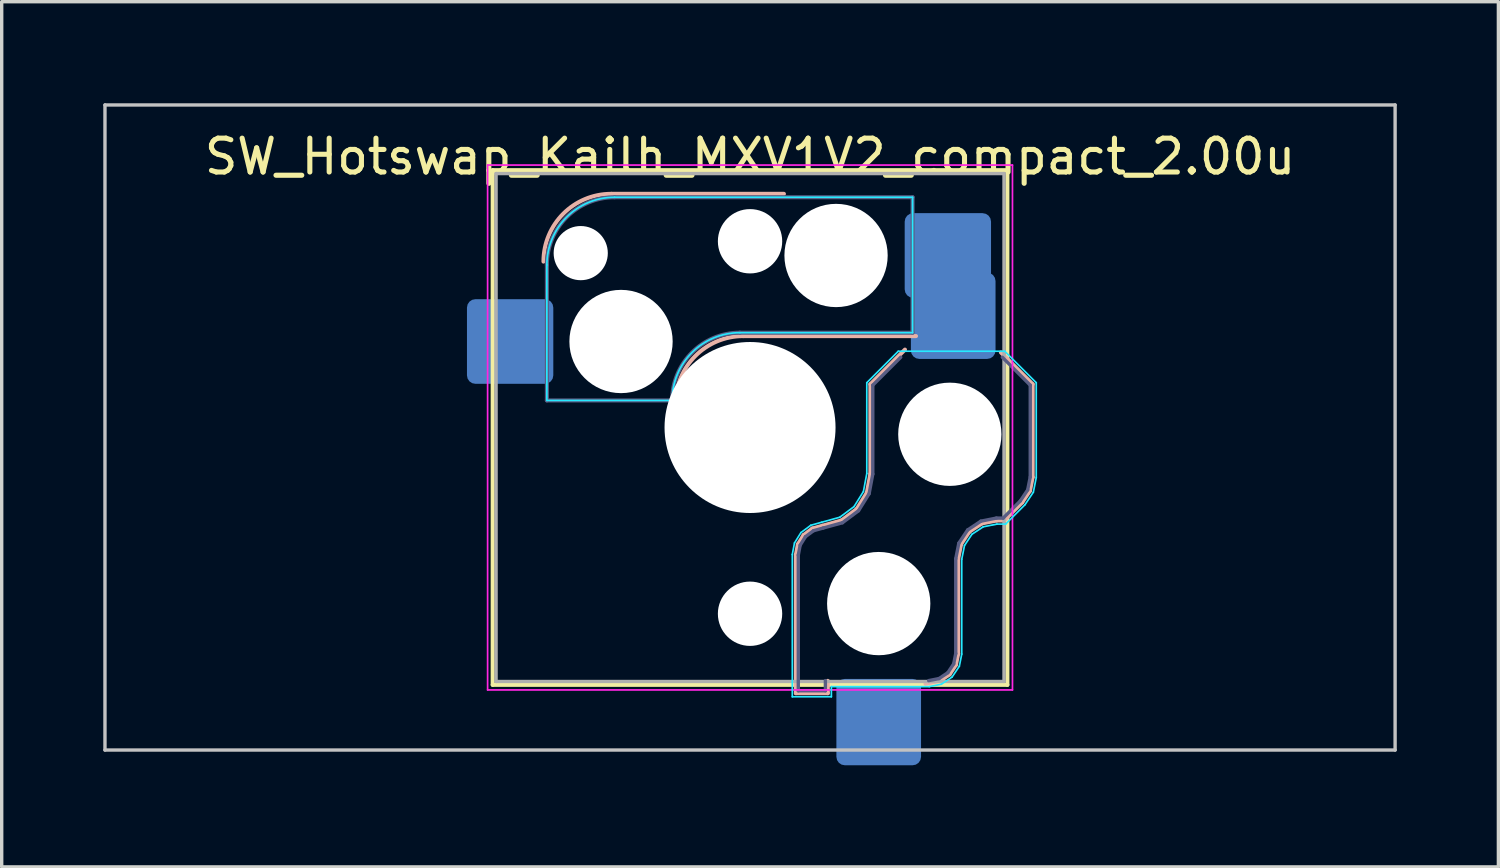
<source format=kicad_pcb>
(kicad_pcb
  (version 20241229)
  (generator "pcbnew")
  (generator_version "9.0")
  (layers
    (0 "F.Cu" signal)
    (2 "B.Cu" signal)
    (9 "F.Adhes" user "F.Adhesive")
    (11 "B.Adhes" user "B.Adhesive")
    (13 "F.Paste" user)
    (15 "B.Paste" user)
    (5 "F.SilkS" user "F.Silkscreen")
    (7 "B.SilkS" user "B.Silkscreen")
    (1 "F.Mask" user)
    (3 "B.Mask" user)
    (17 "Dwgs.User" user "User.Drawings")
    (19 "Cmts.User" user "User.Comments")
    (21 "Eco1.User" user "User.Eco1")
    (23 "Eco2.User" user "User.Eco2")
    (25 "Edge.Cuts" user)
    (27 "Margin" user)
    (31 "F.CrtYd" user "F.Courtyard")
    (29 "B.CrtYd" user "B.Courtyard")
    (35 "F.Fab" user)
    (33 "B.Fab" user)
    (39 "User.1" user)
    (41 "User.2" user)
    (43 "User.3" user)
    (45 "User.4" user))
  (footprint "SW_Hotswap_Kailh_MXV1V2_compact_2.00u"
    (layer "F.Cu")
    (at 19.1 9.575)
    (property "Reference" "SW_Hotswap_Kailh_MXV1V2_compact_2.00u" (at 0 -8 0) (layer "F.SilkS") (effects (font (size 1 1) (thickness 0.15))))
    (attr smd)
    (fp_line (start -7.6 -7.6) (end -7.6 7.6) (stroke (width 0.12) (type solid)) (layer "F.SilkS"))
    (fp_line (start -7.6 7.6) (end 7.6 7.6) (stroke (width 0.12) (type solid)) (layer "F.SilkS"))
    (fp_line (start 7.6 -7.6) (end -7.6 -7.6) (stroke (width 0.12) (type solid)) (layer "F.SilkS"))
    (fp_line (start 7.6 7.6) (end 7.6 -7.6) (stroke (width 0.12) (type solid)) (layer "F.SilkS"))
    (fp_line (start -4.1 -6.9) (end 1 -6.9) (stroke (width 0.12) (type solid)) (layer "B.SilkS"))
    (fp_line (start -0.2 -2.7) (end 4.9 -2.7) (stroke (width 0.12) (type solid)) (layer "B.SilkS"))
    (fp_line (start 1.354 3.76) (end 1.413 3.45) (stroke (width 0.12) (type solid)) (layer "B.SilkS"))
    (fp_line (start 1.354 7.846) (end 1.354 3.76) (stroke (width 0.12) (type solid)) (layer "B.SilkS"))
    (fp_line (start 1.413 3.45) (end 1.583 3.176) (stroke (width 0.12) (type solid)) (layer "B.SilkS"))
    (fp_line (start 1.583 3.176) (end 1.841 2.983) (stroke (width 0.12) (type solid)) (layer "B.SilkS"))
    (fp_line (start 1.841 2.983) (end 2.139 2.901) (stroke (width 0.12) (type solid)) (layer "B.SilkS"))
    (fp_line (start 2.139 2.901) (end 2.697 2.747) (stroke (width 0.12) (type solid)) (layer "B.SilkS"))
    (fp_line (start 2.296 7.483) (end 2.296 7.846) (stroke (width 0.12) (type solid)) (layer "B.SilkS"))
    (fp_line (start 2.296 7.846) (end 1.354 7.846) (stroke (width 0.12) (type solid)) (layer "B.SilkS"))
    (fp_line (start 2.697 2.747) (end 3.15 2.409) (stroke (width 0.12) (type solid)) (layer "B.SilkS"))
    (fp_line (start 3.15 2.409) (end 3.449 1.93) (stroke (width 0.12) (type solid)) (layer "B.SilkS"))
    (fp_line (start 3.449 1.93) (end 3.554 1.368) (stroke (width 0.12) (type solid)) (layer "B.SilkS"))
    (fp_line (start 3.554 -1.279) (end 4.575 -2.3) (stroke (width 0.12) (type solid)) (layer "B.SilkS"))
    (fp_line (start 3.554 1.368) (end 3.554 -1.279) (stroke (width 0.12) (type solid)) (layer "B.SilkS"))
    (fp_line (start 5.609 7.481) (end 5.182 7.566) (stroke (width 0.12) (type solid)) (layer "B.SilkS"))
    (fp_line (start 5.892 7.292) (end 5.609 7.481) (stroke (width 0.12) (type solid)) (layer "B.SilkS"))
    (fp_line (start 6.081 7.009) (end 5.892 7.292) (stroke (width 0.12) (type solid)) (layer "B.SilkS"))
    (fp_line (start 6.146 3.882) (end 6.146 6.682) (stroke (width 0.12) (type solid)) (layer "B.SilkS"))
    (fp_line (start 6.146 6.682) (end 6.081 7.009) (stroke (width 0.12) (type solid)) (layer "B.SilkS"))
    (fp_line (start 6.233 3.444) (end 6.146 3.882) (stroke (width 0.12) (type solid)) (layer "B.SilkS"))
    (fp_line (start 6.477 3.077) (end 6.233 3.444) (stroke (width 0.12) (type solid)) (layer "B.SilkS"))
    (fp_line (start 6.844 2.833) (end 6.477 3.077) (stroke (width 0.12) (type solid)) (layer "B.SilkS"))
    (fp_line (start 7.282 2.746) (end 6.844 2.833) (stroke (width 0.12) (type solid)) (layer "B.SilkS"))
    (fp_line (start 7.409 -2.216) (end 8.346 -1.279) (stroke (width 0.12) (type solid)) (layer "B.SilkS"))
    (fp_line (start 7.504 2.746) (end 7.282 2.746) (stroke (width 0.12) (type solid)) (layer "B.SilkS"))
    (fp_line (start 8.037 2.213) (end 7.504 2.746) (stroke (width 0.12) (type solid)) (layer "B.SilkS"))
    (fp_line (start 8.266 1.871) (end 8.037 2.213) (stroke (width 0.12) (type solid)) (layer "B.SilkS"))
    (fp_line (start 8.346 -1.279) (end 8.346 1.468) (stroke (width 0.12) (type solid)) (layer "B.SilkS"))
    (fp_line (start 8.346 1.468) (end 8.266 1.871) (stroke (width 0.12) (type solid)) (layer "B.SilkS"))
    (fp_arc (start -6.1 -4.9) (mid -5.514214 -6.314214) (end -4.1 -6.9) (stroke (width 0.12) (type solid)) (layer "B.SilkS"))
    (fp_arc (start -2.2 -0.7) (mid -1.614214 -2.114214) (end -0.2 -2.7) (stroke (width 0.12) (type solid)) (layer "B.SilkS"))
    (fp_line (start -19.05 -9.525) (end -19.05 9.525) (stroke (width 0.1) (type solid)) (layer "Dwgs.User"))
    (fp_line (start -19.05 9.525) (end 19.05 9.525) (stroke (width 0.1) (type solid)) (layer "Dwgs.User"))
    (fp_line (start 19.05 -9.525) (end -19.05 -9.525) (stroke (width 0.1) (type solid)) (layer "Dwgs.User"))
    (fp_line (start 19.05 9.525) (end 19.05 -9.525) (stroke (width 0.1) (type solid)) (layer "Dwgs.User"))
    (fp_line (start -6 -0.8) (end -6 -4.8) (stroke (width 0.05) (type solid)) (layer "B.CrtYd"))
    (fp_line (start -6 -0.8) (end -2.3 -0.8) (stroke (width 0.05) (type solid)) (layer "B.CrtYd"))
    (fp_line (start -4 -6.8) (end 4.8 -6.8) (stroke (width 0.05) (type solid)) (layer "B.CrtYd"))
    (fp_line (start -0.3 -2.8) (end 4.8 -2.8) (stroke (width 0.05) (type solid)) (layer "B.CrtYd"))
    (fp_line (start 1.248 3.75) (end 1.312 3.411) (stroke (width 0.05) (type solid)) (layer "B.CrtYd"))
    (fp_line (start 1.248 7.952) (end 1.248 3.75) (stroke (width 0.05) (type solid)) (layer "B.CrtYd"))
    (fp_line (start 1.312 3.411) (end 1.503 3.103) (stroke (width 0.05) (type solid)) (layer "B.CrtYd"))
    (fp_line (start 1.503 3.103) (end 1.794 2.887) (stroke (width 0.05) (type solid)) (layer "B.CrtYd"))
    (fp_line (start 1.794 2.887) (end 2.111 2.799) (stroke (width 0.05) (type solid)) (layer "B.CrtYd"))
    (fp_line (start 2.111 2.799) (end 2.65 2.65) (stroke (width 0.05) (type solid)) (layer "B.CrtYd"))
    (fp_line (start 2.402 7.652) (end 2.402 7.952) (stroke (width 0.05) (type solid)) (layer "B.CrtYd"))
    (fp_line (start 2.402 7.952) (end 1.248 7.952) (stroke (width 0.05) (type solid)) (layer "B.CrtYd"))
    (fp_line (start 2.65 2.65) (end 3.071 2.336) (stroke (width 0.05) (type solid)) (layer "B.CrtYd"))
    (fp_line (start 3.071 2.336) (end 3.348 1.891) (stroke (width 0.05) (type solid)) (layer "B.CrtYd"))
    (fp_line (start 3.348 1.891) (end 3.448 1.359) (stroke (width 0.05) (type solid)) (layer "B.CrtYd"))
    (fp_line (start 3.448 -1.323) (end 4.377 -2.252) (stroke (width 0.05) (type solid)) (layer "B.CrtYd"))
    (fp_line (start 3.448 1.359) (end 3.448 -1.323) (stroke (width 0.05) (type solid)) (layer "B.CrtYd"))
    (fp_line (start 4.377 -2.252) (end 7.523 -2.252) (stroke (width 0.05) (type solid)) (layer "B.CrtYd"))
    (fp_line (start 4.8 -6.8) (end 4.8 -2.8) (stroke (width 0.05) (type solid)) (layer "B.CrtYd"))
    (fp_line (start 5.292 7.652) (end 2.402 7.652) (stroke (width 0.05) (type solid)) (layer "B.CrtYd"))
    (fp_line (start 5.65 7.581) (end 5.292 7.652) (stroke (width 0.05) (type solid)) (layer "B.CrtYd"))
    (fp_line (start 5.968 7.368) (end 5.65 7.581) (stroke (width 0.05) (type solid)) (layer "B.CrtYd"))
    (fp_line (start 6.181 7.05) (end 5.968 7.368) (stroke (width 0.05) (type solid)) (layer "B.CrtYd"))
    (fp_line (start 6.252 3.892) (end 6.252 6.692) (stroke (width 0.05) (type solid)) (layer "B.CrtYd"))
    (fp_line (start 6.252 6.692) (end 6.181 7.05) (stroke (width 0.05) (type solid)) (layer "B.CrtYd"))
    (fp_line (start 6.333 3.485) (end 6.252 3.892) (stroke (width 0.05) (type solid)) (layer "B.CrtYd"))
    (fp_line (start 6.553 3.153) (end 6.333 3.485) (stroke (width 0.05) (type solid)) (layer "B.CrtYd"))
    (fp_line (start 6.885 2.933) (end 6.553 3.153) (stroke (width 0.05) (type solid)) (layer "B.CrtYd"))
    (fp_line (start 7.292 2.852) (end 6.885 2.933) (stroke (width 0.05) (type solid)) (layer "B.CrtYd"))
    (fp_line (start 7.523 -2.252) (end 8.452 -1.323) (stroke (width 0.05) (type solid)) (layer "B.CrtYd"))
    (fp_line (start 7.548 2.852) (end 7.292 2.852) (stroke (width 0.05) (type solid)) (layer "B.CrtYd"))
    (fp_line (start 8.119 2.281) (end 7.548 2.852) (stroke (width 0.05) (type solid)) (layer "B.CrtYd"))
    (fp_line (start 8.366 1.912) (end 8.119 2.281) (stroke (width 0.05) (type solid)) (layer "B.CrtYd"))
    (fp_line (start 8.452 -1.323) (end 8.452 1.478) (stroke (width 0.05) (type solid)) (layer "B.CrtYd"))
    (fp_line (start 8.452 1.478) (end 8.366 1.912) (stroke (width 0.05) (type solid)) (layer "B.CrtYd"))
    (fp_arc (start -6 -4.8) (mid -5.414214 -6.214214) (end -4 -6.8) (stroke (width 0.05) (type solid)) (layer "B.CrtYd"))
    (fp_arc (start -2.3 -0.8) (mid -1.714214 -2.214214) (end -0.3 -2.8) (stroke (width 0.05) (type solid)) (layer "B.CrtYd"))
    (fp_line (start -7.75 -7.75) (end -7.75 7.75) (stroke (width 0.05) (type solid)) (layer "F.CrtYd"))
    (fp_line (start -7.75 7.75) (end 7.75 7.75) (stroke (width 0.05) (type solid)) (layer "F.CrtYd"))
    (fp_line (start 7.75 -7.75) (end -7.75 -7.75) (stroke (width 0.05) (type solid)) (layer "F.CrtYd"))
    (fp_line (start 7.75 7.75) (end 7.75 -7.75) (stroke (width 0.05) (type solid)) (layer "F.CrtYd"))
    (fp_line (start -6 -0.8) (end -6 -4.8) (stroke (width 0.12) (type solid)) (layer "B.Fab"))
    (fp_line (start -6 -0.8) (end -2.3 -0.8) (stroke (width 0.12) (type solid)) (layer "B.Fab"))
    (fp_line (start -4 -6.8) (end 4.8 -6.8) (stroke (width 0.12) (type solid)) (layer "B.Fab"))
    (fp_line (start -0.3 -2.8) (end 4.8 -2.8) (stroke (width 0.12) (type solid)) (layer "B.Fab"))
    (fp_line (start 1.425 3.767) (end 1.48 3.476) (stroke (width 0.1) (type solid)) (layer "B.Fab"))
    (fp_line (start 1.425 7.775) (end 1.425 3.767) (stroke (width 0.1) (type solid)) (layer "B.Fab"))
    (fp_line (start 1.48 3.476) (end 1.636 3.225) (stroke (width 0.1) (type solid)) (layer "B.Fab"))
    (fp_line (start 1.636 3.225) (end 1.873 3.048) (stroke (width 0.1) (type solid)) (layer "B.Fab"))
    (fp_line (start 1.873 3.048) (end 2.158 2.969) (stroke (width 0.1) (type solid)) (layer "B.Fab"))
    (fp_line (start 2.158 2.969) (end 2.729 2.812) (stroke (width 0.1) (type solid)) (layer "B.Fab"))
    (fp_line (start 2.225 7.475) (end 2.225 7.775) (stroke (width 0.1) (type solid)) (layer "B.Fab"))
    (fp_line (start 2.225 7.775) (end 1.425 7.775) (stroke (width 0.1) (type solid)) (layer "B.Fab"))
    (fp_line (start 2.729 2.812) (end 3.203 2.458) (stroke (width 0.1) (type solid)) (layer "B.Fab"))
    (fp_line (start 3.203 2.458) (end 3.516 1.956) (stroke (width 0.1) (type solid)) (layer "B.Fab"))
    (fp_line (start 3.516 1.956) (end 3.625 1.375) (stroke (width 0.1) (type solid)) (layer "B.Fab"))
    (fp_line (start 3.625 -1.25) (end 4.45 -2.075) (stroke (width 0.1) (type solid)) (layer "B.Fab"))
    (fp_line (start 3.625 1.375) (end 3.625 -1.25) (stroke (width 0.1) (type solid)) (layer "B.Fab"))
    (fp_line (start 4.8 -6.8) (end 4.8 -2.8) (stroke (width 0.12) (type solid)) (layer "B.Fab"))
    (fp_line (start 5.581 7.414) (end 5.275 7.475) (stroke (width 0.1) (type solid)) (layer "B.Fab"))
    (fp_line (start 5.841 7.241) (end 5.581 7.414) (stroke (width 0.1) (type solid)) (layer "B.Fab"))
    (fp_line (start 6.014 6.981) (end 5.841 7.241) (stroke (width 0.1) (type solid)) (layer "B.Fab"))
    (fp_line (start 6.075 3.875) (end 6.075 6.675) (stroke (width 0.1) (type solid)) (layer "B.Fab"))
    (fp_line (start 6.075 6.675) (end 6.014 6.981) (stroke (width 0.1) (type solid)) (layer "B.Fab"))
    (fp_line (start 6.166 3.416) (end 6.075 3.875) (stroke (width 0.1) (type solid)) (layer "B.Fab"))
    (fp_line (start 6.426 3.026) (end 6.166 3.416) (stroke (width 0.1) (type solid)) (layer "B.Fab"))
    (fp_line (start 6.816 2.766) (end 6.426 3.026) (stroke (width 0.1) (type solid)) (layer "B.Fab"))
    (fp_line (start 7.275 2.675) (end 6.816 2.766) (stroke (width 0.1) (type solid)) (layer "B.Fab"))
    (fp_line (start 7.45 -2.075) (end 8.275 -1.25) (stroke (width 0.1) (type solid)) (layer "B.Fab"))
    (fp_line (start 7.475 2.675) (end 7.275 2.675) (stroke (width 0.1) (type solid)) (layer "B.Fab"))
    (fp_line (start 7.982 2.168) (end 7.475 2.675) (stroke (width 0.1) (type solid)) (layer "B.Fab"))
    (fp_line (start 8.199 1.843) (end 7.982 2.168) (stroke (width 0.1) (type solid)) (layer "B.Fab"))
    (fp_line (start 8.275 -1.25) (end 8.275 1.461) (stroke (width 0.1) (type solid)) (layer "B.Fab"))
    (fp_line (start 8.275 1.461) (end 8.199 1.843) (stroke (width 0.1) (type solid)) (layer "B.Fab"))
    (fp_arc (start -6 -4.8) (mid -5.414214 -6.214214) (end -4 -6.8) (stroke (width 0.12) (type solid)) (layer "B.Fab"))
    (fp_arc (start -2.3 -0.8) (mid -1.714214 -2.214214) (end -0.3 -2.8) (stroke (width 0.12) (type solid)) (layer "B.Fab"))
    (fp_line (start -7.5 -7.5) (end -7.5 7.5) (stroke (width 0.1) (type solid)) (layer "F.Fab"))
    (fp_line (start -7.5 7.5) (end 7.5 7.5) (stroke (width 0.1) (type solid)) (layer "F.Fab"))
    (fp_line (start 7.5 -7.5) (end -7.5 -7.5) (stroke (width 0.1) (type solid)) (layer "F.Fab"))
    (fp_line (start 7.5 7.5) (end 7.5 -7.5) (stroke (width 0.1) (type solid)) (layer "F.Fab"))
    (pad "" np_thru_hole circle (at -5 -5.15) (size 1.6 1.6) (drill 1.6) (layers "*.Cu" "*.Mask"))
    (pad "" np_thru_hole circle (at -3.81 -2.54) (size 3.05 3.05) (drill 3.05) (layers "*.Cu" "*.Mask"))
    (pad "" np_thru_hole circle (at 0 -5.5 270) (size 1.9 1.9) (drill 1.9) (layers "*.Cu" "*.Mask"))
    (pad "" np_thru_hole circle (at 0 0 270) (size 5.05 5.05) (drill 5.05) (layers "*.Cu" "*.Mask"))
    (pad "" np_thru_hole circle (at 0 5.5 270) (size 1.9 1.9) (drill 1.9) (layers "*.Cu" "*.Mask"))
    (pad "" np_thru_hole circle (at 2.54 -5.08) (size 3.05 3.05) (drill 3.05) (layers "*.Cu" "*.Mask"))
    (pad "" np_thru_hole circle (at 3.8 5.2 270) (size 3.05 3.05) (drill 3.05) (layers "*.Cu" "*.Mask"))
    (pad "" np_thru_hole circle (at 5.9 0.2 270) (size 3.05 3.05) (drill 3.05) (layers "*.Cu" "*.Mask"))
    (pad "1" smd roundrect (at 5.842 -5.08) (size 2.55 2.5) (layers "B.Cu" "B.Mask" "B.Paste") (roundrect_rratio 0.1))
    (pad "1" smd roundrect (at 6 -3.3 270) (size 2.55 2.5) (layers "B.Cu" "B.Mask" "B.Paste") (roundrect_rratio 0.1))
    (pad "2" smd roundrect (at -7.085 -2.54) (size 2.55 2.5) (layers "B.Cu" "B.Mask" "B.Paste") (roundrect_rratio 0.1))
    (pad "2" smd roundrect (at 3.8 8.7 270) (size 2.55 2.5) (layers "B.Cu" "B.Mask" "B.Paste") (roundrect_rratio 0.1)))
  (gr_rect
    (start -3 -3)
    (end 41.2 22.55)
    (stroke (width 0.1) (type default))
    (fill no)
    (layer "Edge.Cuts")))
</source>
